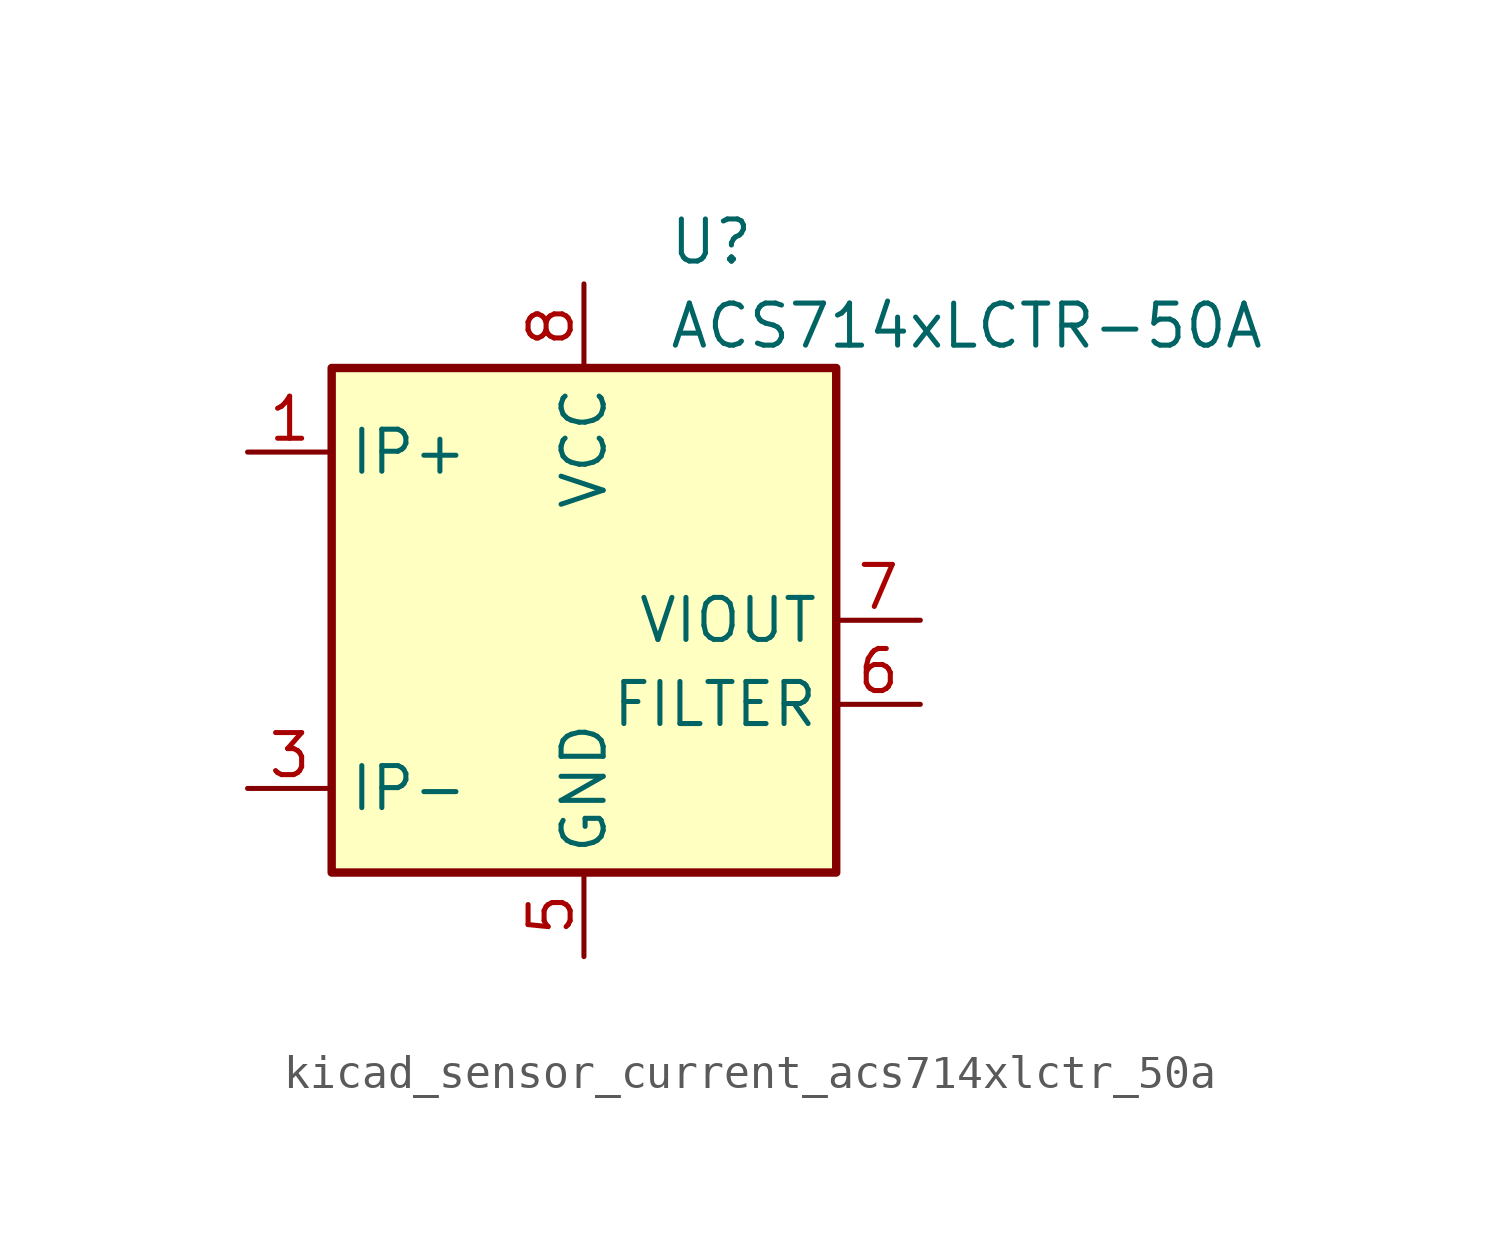
<source format=kicad_sym>
(kicad_symbol_lib
  (version 20220914)
  (generator kicad_symbol_editor)
  (symbol "kicad_sensor_current_acs714xlctr_50a"
    (property "Reference" "U"
      (at 2.54 11.43 0)
      (effects (font (size 1.27 1.27)) (justify left)))
    (property "Value" "ACS714xLCTR-50A"
      (at 2.54 8.89 0)
      (effects (font (size 1.27 1.27)) (justify left)))
    (symbol "kicad_sensor_current_acs714xlctr_50a_0_1"
      (rectangle (start -7.62 7.62) (end 7.62 -7.62) (stroke (width 0.254) (type default)) (fill (type background))))
    (symbol "kicad_sensor_current_acs714xlctr_50a_1_1"
      (pin passive line (at -10.16 5.08 0) (length 2.54) (name "IP+" (effects (font (size 1.27 1.27)))) (number "1" (effects (font (size 1.27 1.27)))))
      (pin passive line (at -10.16 5.08 0) (length 2.54) hide (name "IP+" (effects (font (size 1.27 1.27)))) (number "2" (effects (font (size 1.27 1.27)))))
      (pin passive line (at -10.16 -5.08 0) (length 2.54) (name "IP-" (effects (font (size 1.27 1.27)))) (number "3" (effects (font (size 1.27 1.27)))))
      (pin passive line (at -10.16 -5.08 0) (length 2.54) hide (name "IP-" (effects (font (size 1.27 1.27)))) (number "4" (effects (font (size 1.27 1.27)))))
      (pin power_in line (at 0 -10.16 90) (length 2.54) (name "GND" (effects (font (size 1.27 1.27)))) (number "5" (effects (font (size 1.27 1.27)))))
      (pin passive line (at 10.16 -2.54 180) (length 2.54) (name "FILTER" (effects (font (size 1.27 1.27)))) (number "6" (effects (font (size 1.27 1.27)))))
      (pin output line (at 10.16 0 180) (length 2.54) (name "VIOUT" (effects (font (size 1.27 1.27)))) (number "7" (effects (font (size 1.27 1.27)))))
      (pin power_in line (at 0 10.16 270) (length 2.54) (name "VCC" (effects (font (size 1.27 1.27)))) (number "8" (effects (font (size 1.27 1.27))))))))
</source>
